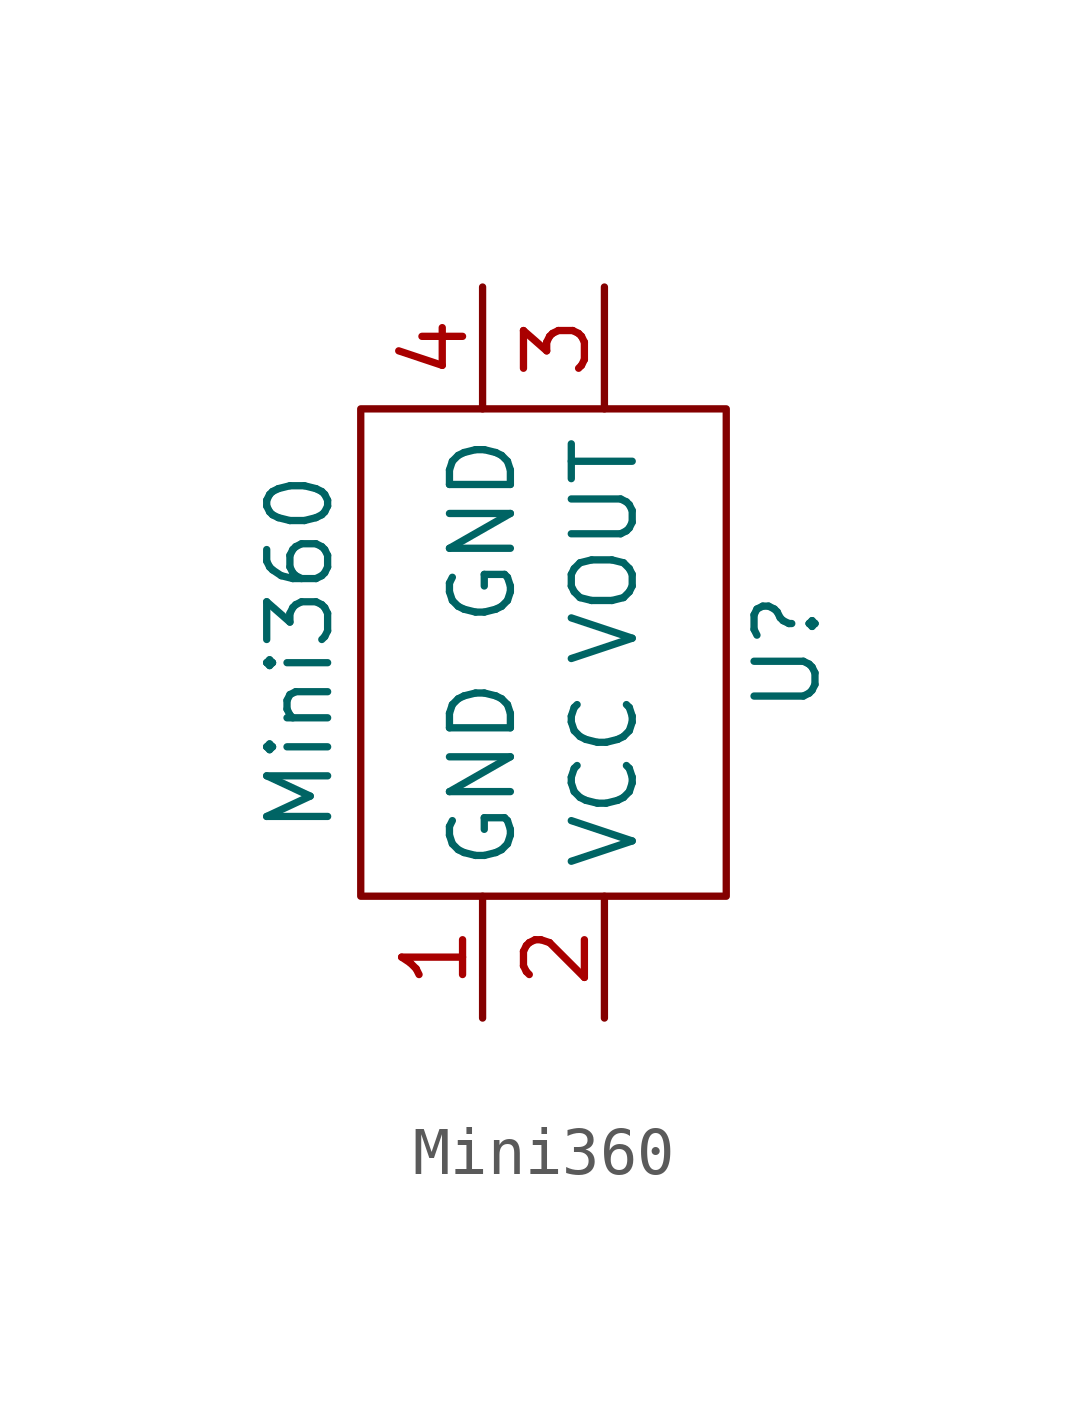
<source format=kicad_sym>
(kicad_symbol_lib
  (version 20211014)
  (generator kicad_symbol_editor)
  (symbol "Mini360"
    (property "Reference" "U"
      (at 5.08 0 90)
      (effects (font (size 1.27 1.27))))
    (property "Value" "Mini360"
      (at -5.08 0 90)
      (effects (font (size 1.27 1.27))))
    (symbol "Mini360_0_1"
      (rectangle (start -3.81 -5.08) (end 3.81 5.08) (stroke (width 0) (type default) (color 0 0 0 0)) (fill (type none))))
    (symbol "Mini360_1_1"
      (pin input line (at -1.27 -7.62 90) (length 2.54) (name "GND" (effects (font (size 1.27 1.27)))) (number "1" (effects (font (size 1.27 1.27)))))
      (pin input line (at 1.27 -7.62 90) (length 2.54) (name "VCC" (effects (font (size 1.27 1.27)))) (number "2" (effects (font (size 1.27 1.27)))))
      (pin output line (at 1.27 7.62 270) (length 2.54) (name "VOUT" (effects (font (size 1.27 1.27)))) (number "3" (effects (font (size 1.27 1.27)))))
      (pin output line (at -1.27 7.62 270) (length 2.54) (name "GND" (effects (font (size 1.27 1.27)))) (number "4" (effects (font (size 1.27 1.27))))))))
</source>
